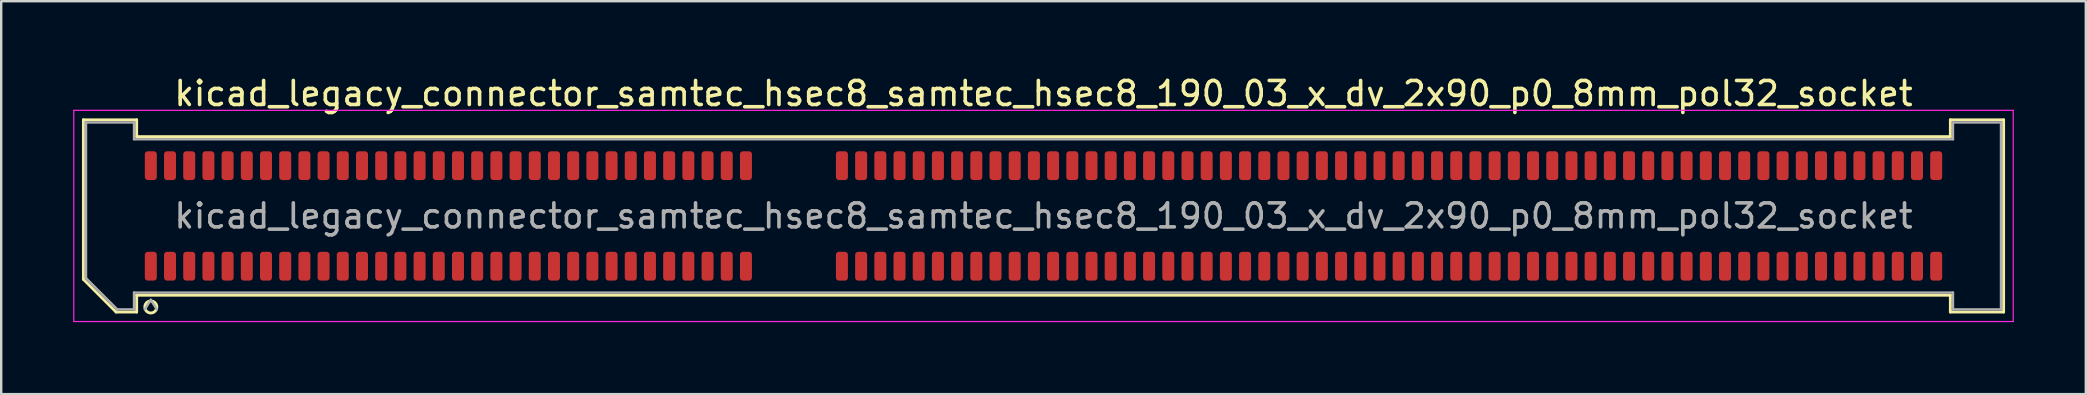
<source format=kicad_pcb>
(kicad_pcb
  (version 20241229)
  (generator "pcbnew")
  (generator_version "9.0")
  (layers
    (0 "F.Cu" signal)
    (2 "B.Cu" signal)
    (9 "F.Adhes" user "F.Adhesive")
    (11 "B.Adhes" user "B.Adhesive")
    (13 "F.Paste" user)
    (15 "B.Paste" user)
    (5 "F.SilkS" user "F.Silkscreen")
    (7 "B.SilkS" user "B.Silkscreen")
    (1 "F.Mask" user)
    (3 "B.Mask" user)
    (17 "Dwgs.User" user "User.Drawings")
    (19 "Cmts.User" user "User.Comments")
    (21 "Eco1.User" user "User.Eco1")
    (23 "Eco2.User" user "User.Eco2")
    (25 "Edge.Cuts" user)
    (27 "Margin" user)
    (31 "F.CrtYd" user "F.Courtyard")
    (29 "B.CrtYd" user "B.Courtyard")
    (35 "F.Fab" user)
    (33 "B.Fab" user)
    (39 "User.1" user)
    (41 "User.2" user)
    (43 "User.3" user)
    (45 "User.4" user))
  (footprint "kicad_legacy_connector_samtec_hsec8_samtec_hsec8_190_03_x_dv_2x90_p0_8mm_pol32_socket"
    (layer "F.Cu")
    (at 40.435 5.948)
    (property "Reference" "kicad_legacy_connector_samtec_hsec8_samtec_hsec8_190_03_x_dv_2x90_p0_8mm_pol32_socket" (at 0 -5.1 0) (layer "F.SilkS") (effects (font (size 1 1) (thickness 0.15))))
    (attr smd)
    (fp_line (start -40.01 -4.005) (end -37.79 -4.005) (stroke (width 0.12) (type solid)) (layer "F.SilkS"))
    (fp_line (start -40.01 2.641) (end -40.01 -4.005) (stroke (width 0.12) (type solid)) (layer "F.SilkS"))
    (fp_line (start -38.646 4.005) (end -40.01 2.641) (stroke (width 0.12) (type solid)) (layer "F.SilkS"))
    (fp_line (start -37.79 -4.005) (end -37.79 -3.305) (stroke (width 0.12) (type solid)) (layer "F.SilkS"))
    (fp_line (start -37.79 -3.305) (end 37.79 -3.305) (stroke (width 0.12) (type solid)) (layer "F.SilkS"))
    (fp_line (start -37.79 3.305) (end -37.79 4.005) (stroke (width 0.12) (type solid)) (layer "F.SilkS"))
    (fp_line (start -37.79 4.005) (end -38.646 4.005) (stroke (width 0.12) (type solid)) (layer "F.SilkS"))
    (fp_line (start 37.79 -4.005) (end 40.01 -4.005) (stroke (width 0.12) (type solid)) (layer "F.SilkS"))
    (fp_line (start 37.79 -3.305) (end 37.79 -4.005) (stroke (width 0.12) (type solid)) (layer "F.SilkS"))
    (fp_line (start 37.79 3.305) (end -37.79 3.305) (stroke (width 0.12) (type solid)) (layer "F.SilkS"))
    (fp_line (start 37.79 4.005) (end 37.79 3.305) (stroke (width 0.12) (type solid)) (layer "F.SilkS"))
    (fp_line (start 40.01 -4.005) (end 40.01 4.005) (stroke (width 0.12) (type solid)) (layer "F.SilkS"))
    (fp_line (start 40.01 4.005) (end 37.79 4.005) (stroke (width 0.12) (type solid)) (layer "F.SilkS"))
    (fp_arc (start -36.95 3.795) (mid -37.45 3.795) (end -36.95 3.795) (stroke (width 0.12) (type solid)) (layer "F.SilkS"))
    (fp_line (start -40.41 -4.4) (end -40.41 4.4) (stroke (width 0.05) (type solid)) (layer "F.CrtYd"))
    (fp_line (start -40.41 4.4) (end 40.41 4.4) (stroke (width 0.05) (type solid)) (layer "F.CrtYd"))
    (fp_line (start 40.41 -4.4) (end -40.41 -4.4) (stroke (width 0.05) (type solid)) (layer "F.CrtYd"))
    (fp_line (start 40.41 4.4) (end 40.41 -4.4) (stroke (width 0.05) (type solid)) (layer "F.CrtYd"))
    (fp_line (start -39.9 -3.895) (end -37.9 -3.895) (stroke (width 0.1) (type solid)) (layer "F.Fab"))
    (fp_line (start -39.9 2.595) (end -39.9 -3.895) (stroke (width 0.1) (type solid)) (layer "F.Fab"))
    (fp_line (start -38.6 3.895) (end -39.9 2.595) (stroke (width 0.1) (type solid)) (layer "F.Fab"))
    (fp_line (start -37.9 -3.895) (end -37.9 -3.195) (stroke (width 0.1) (type solid)) (layer "F.Fab"))
    (fp_line (start -37.9 -3.195) (end 37.9 -3.195) (stroke (width 0.1) (type solid)) (layer "F.Fab"))
    (fp_line (start -37.9 3.195) (end -37.9 3.895) (stroke (width 0.1) (type solid)) (layer "F.Fab"))
    (fp_line (start -37.9 3.895) (end -38.6 3.895) (stroke (width 0.1) (type solid)) (layer "F.Fab"))
    (fp_line (start -37.2 3.495) (end -37.45 3.895) (stroke (width 0.1) (type solid)) (layer "F.Fab"))
    (fp_line (start -37.2 3.495) (end -36.95 3.895) (stroke (width 0.1) (type solid)) (layer "F.Fab"))
    (fp_line (start 37.9 -3.895) (end 39.9 -3.895) (stroke (width 0.1) (type solid)) (layer "F.Fab"))
    (fp_line (start 37.9 -3.195) (end 37.9 -3.895) (stroke (width 0.1) (type solid)) (layer "F.Fab"))
    (fp_line (start 37.9 3.195) (end -37.9 3.195) (stroke (width 0.1) (type solid)) (layer "F.Fab"))
    (fp_line (start 37.9 3.895) (end 37.9 3.195) (stroke (width 0.1) (type solid)) (layer "F.Fab"))
    (fp_line (start 39.9 -3.895) (end 39.9 3.895) (stroke (width 0.1) (type solid)) (layer "F.Fab"))
    (fp_line (start 39.9 3.895) (end 37.9 3.895) (stroke (width 0.1) (type solid)) (layer "F.Fab"))
    (fp_text user "${REFERENCE}" (at 0 0 0) (layer "F.Fab") (effects (font (size 1 1) (thickness 0.15))))
    (pad "1" smd roundrect (at -37.2 2.095) (size 0.5 1.2) (layers "F.Cu" "F.Mask" "F.Paste") (roundrect_rratio 0.25))
    (pad "2" smd roundrect (at -37.2 -2.095) (size 0.5 1.2) (layers "F.Cu" "F.Mask" "F.Paste") (roundrect_rratio 0.25))
    (pad "3" smd roundrect (at -36.4 2.095) (size 0.5 1.2) (layers "F.Cu" "F.Mask" "F.Paste") (roundrect_rratio 0.25))
    (pad "4" smd roundrect (at -36.4 -2.095) (size 0.5 1.2) (layers "F.Cu" "F.Mask" "F.Paste") (roundrect_rratio 0.25))
    (pad "5" smd roundrect (at -35.6 2.095) (size 0.5 1.2) (layers "F.Cu" "F.Mask" "F.Paste") (roundrect_rratio 0.25))
    (pad "6" smd roundrect (at -35.6 -2.095) (size 0.5 1.2) (layers "F.Cu" "F.Mask" "F.Paste") (roundrect_rratio 0.25))
    (pad "7" smd roundrect (at -34.8 2.095) (size 0.5 1.2) (layers "F.Cu" "F.Mask" "F.Paste") (roundrect_rratio 0.25))
    (pad "8" smd roundrect (at -34.8 -2.095) (size 0.5 1.2) (layers "F.Cu" "F.Mask" "F.Paste") (roundrect_rratio 0.25))
    (pad "9" smd roundrect (at -34 2.095) (size 0.5 1.2) (layers "F.Cu" "F.Mask" "F.Paste") (roundrect_rratio 0.25))
    (pad "10" smd roundrect (at -34 -2.095) (size 0.5 1.2) (layers "F.Cu" "F.Mask" "F.Paste") (roundrect_rratio 0.25))
    (pad "11" smd roundrect (at -33.2 2.095) (size 0.5 1.2) (layers "F.Cu" "F.Mask" "F.Paste") (roundrect_rratio 0.25))
    (pad "12" smd roundrect (at -33.2 -2.095) (size 0.5 1.2) (layers "F.Cu" "F.Mask" "F.Paste") (roundrect_rratio 0.25))
    (pad "13" smd roundrect (at -32.4 2.095) (size 0.5 1.2) (layers "F.Cu" "F.Mask" "F.Paste") (roundrect_rratio 0.25))
    (pad "14" smd roundrect (at -32.4 -2.095) (size 0.5 1.2) (layers "F.Cu" "F.Mask" "F.Paste") (roundrect_rratio 0.25))
    (pad "15" smd roundrect (at -31.6 2.095) (size 0.5 1.2) (layers "F.Cu" "F.Mask" "F.Paste") (roundrect_rratio 0.25))
    (pad "16" smd roundrect (at -31.6 -2.095) (size 0.5 1.2) (layers "F.Cu" "F.Mask" "F.Paste") (roundrect_rratio 0.25))
    (pad "17" smd roundrect (at -30.8 2.095) (size 0.5 1.2) (layers "F.Cu" "F.Mask" "F.Paste") (roundrect_rratio 0.25))
    (pad "18" smd roundrect (at -30.8 -2.095) (size 0.5 1.2) (layers "F.Cu" "F.Mask" "F.Paste") (roundrect_rratio 0.25))
    (pad "19" smd roundrect (at -30 2.095) (size 0.5 1.2) (layers "F.Cu" "F.Mask" "F.Paste") (roundrect_rratio 0.25))
    (pad "20" smd roundrect (at -30 -2.095) (size 0.5 1.2) (layers "F.Cu" "F.Mask" "F.Paste") (roundrect_rratio 0.25))
    (pad "21" smd roundrect (at -29.2 2.095) (size 0.5 1.2) (layers "F.Cu" "F.Mask" "F.Paste") (roundrect_rratio 0.25))
    (pad "22" smd roundrect (at -29.2 -2.095) (size 0.5 1.2) (layers "F.Cu" "F.Mask" "F.Paste") (roundrect_rratio 0.25))
    (pad "23" smd roundrect (at -28.4 2.095) (size 0.5 1.2) (layers "F.Cu" "F.Mask" "F.Paste") (roundrect_rratio 0.25))
    (pad "24" smd roundrect (at -28.4 -2.095) (size 0.5 1.2) (layers "F.Cu" "F.Mask" "F.Paste") (roundrect_rratio 0.25))
    (pad "25" smd roundrect (at -27.6 2.095) (size 0.5 1.2) (layers "F.Cu" "F.Mask" "F.Paste") (roundrect_rratio 0.25))
    (pad "26" smd roundrect (at -27.6 -2.095) (size 0.5 1.2) (layers "F.Cu" "F.Mask" "F.Paste") (roundrect_rratio 0.25))
    (pad "27" smd roundrect (at -26.8 2.095) (size 0.5 1.2) (layers "F.Cu" "F.Mask" "F.Paste") (roundrect_rratio 0.25))
    (pad "28" smd roundrect (at -26.8 -2.095) (size 0.5 1.2) (layers "F.Cu" "F.Mask" "F.Paste") (roundrect_rratio 0.25))
    (pad "29" smd roundrect (at -26 2.095) (size 0.5 1.2) (layers "F.Cu" "F.Mask" "F.Paste") (roundrect_rratio 0.25))
    (pad "30" smd roundrect (at -26 -2.095) (size 0.5 1.2) (layers "F.Cu" "F.Mask" "F.Paste") (roundrect_rratio 0.25))
    (pad "31" smd roundrect (at -25.2 2.095) (size 0.5 1.2) (layers "F.Cu" "F.Mask" "F.Paste") (roundrect_rratio 0.25))
    (pad "32" smd roundrect (at -25.2 -2.095) (size 0.5 1.2) (layers "F.Cu" "F.Mask" "F.Paste") (roundrect_rratio 0.25))
    (pad "33" smd roundrect (at -24.4 2.095) (size 0.5 1.2) (layers "F.Cu" "F.Mask" "F.Paste") (roundrect_rratio 0.25))
    (pad "34" smd roundrect (at -24.4 -2.095) (size 0.5 1.2) (layers "F.Cu" "F.Mask" "F.Paste") (roundrect_rratio 0.25))
    (pad "35" smd roundrect (at -23.6 2.095) (size 0.5 1.2) (layers "F.Cu" "F.Mask" "F.Paste") (roundrect_rratio 0.25))
    (pad "36" smd roundrect (at -23.6 -2.095) (size 0.5 1.2) (layers "F.Cu" "F.Mask" "F.Paste") (roundrect_rratio 0.25))
    (pad "37" smd roundrect (at -22.8 2.095) (size 0.5 1.2) (layers "F.Cu" "F.Mask" "F.Paste") (roundrect_rratio 0.25))
    (pad "38" smd roundrect (at -22.8 -2.095) (size 0.5 1.2) (layers "F.Cu" "F.Mask" "F.Paste") (roundrect_rratio 0.25))
    (pad "39" smd roundrect (at -22 2.095) (size 0.5 1.2) (layers "F.Cu" "F.Mask" "F.Paste") (roundrect_rratio 0.25))
    (pad "40" smd roundrect (at -22 -2.095) (size 0.5 1.2) (layers "F.Cu" "F.Mask" "F.Paste") (roundrect_rratio 0.25))
    (pad "41" smd roundrect (at -21.2 2.095) (size 0.5 1.2) (layers "F.Cu" "F.Mask" "F.Paste") (roundrect_rratio 0.25))
    (pad "42" smd roundrect (at -21.2 -2.095) (size 0.5 1.2) (layers "F.Cu" "F.Mask" "F.Paste") (roundrect_rratio 0.25))
    (pad "43" smd roundrect (at -20.4 2.095) (size 0.5 1.2) (layers "F.Cu" "F.Mask" "F.Paste") (roundrect_rratio 0.25))
    (pad "44" smd roundrect (at -20.4 -2.095) (size 0.5 1.2) (layers "F.Cu" "F.Mask" "F.Paste") (roundrect_rratio 0.25))
    (pad "45" smd roundrect (at -19.6 2.095) (size 0.5 1.2) (layers "F.Cu" "F.Mask" "F.Paste") (roundrect_rratio 0.25))
    (pad "46" smd roundrect (at -19.6 -2.095) (size 0.5 1.2) (layers "F.Cu" "F.Mask" "F.Paste") (roundrect_rratio 0.25))
    (pad "47" smd roundrect (at -18.8 2.095) (size 0.5 1.2) (layers "F.Cu" "F.Mask" "F.Paste") (roundrect_rratio 0.25))
    (pad "48" smd roundrect (at -18.8 -2.095) (size 0.5 1.2) (layers "F.Cu" "F.Mask" "F.Paste") (roundrect_rratio 0.25))
    (pad "49" smd roundrect (at -18 2.095) (size 0.5 1.2) (layers "F.Cu" "F.Mask" "F.Paste") (roundrect_rratio 0.25))
    (pad "50" smd roundrect (at -18 -2.095) (size 0.5 1.2) (layers "F.Cu" "F.Mask" "F.Paste") (roundrect_rratio 0.25))
    (pad "51" smd roundrect (at -17.2 2.095) (size 0.5 1.2) (layers "F.Cu" "F.Mask" "F.Paste") (roundrect_rratio 0.25))
    (pad "52" smd roundrect (at -17.2 -2.095) (size 0.5 1.2) (layers "F.Cu" "F.Mask" "F.Paste") (roundrect_rratio 0.25))
    (pad "53" smd roundrect (at -16.4 2.095) (size 0.5 1.2) (layers "F.Cu" "F.Mask" "F.Paste") (roundrect_rratio 0.25))
    (pad "54" smd roundrect (at -16.4 -2.095) (size 0.5 1.2) (layers "F.Cu" "F.Mask" "F.Paste") (roundrect_rratio 0.25))
    (pad "55" smd roundrect (at -15.6 2.095) (size 0.5 1.2) (layers "F.Cu" "F.Mask" "F.Paste") (roundrect_rratio 0.25))
    (pad "56" smd roundrect (at -15.6 -2.095) (size 0.5 1.2) (layers "F.Cu" "F.Mask" "F.Paste") (roundrect_rratio 0.25))
    (pad "57" smd roundrect (at -14.8 2.095) (size 0.5 1.2) (layers "F.Cu" "F.Mask" "F.Paste") (roundrect_rratio 0.25))
    (pad "58" smd roundrect (at -14.8 -2.095) (size 0.5 1.2) (layers "F.Cu" "F.Mask" "F.Paste") (roundrect_rratio 0.25))
    (pad "59" smd roundrect (at -14 2.095) (size 0.5 1.2) (layers "F.Cu" "F.Mask" "F.Paste") (roundrect_rratio 0.25))
    (pad "60" smd roundrect (at -14 -2.095) (size 0.5 1.2) (layers "F.Cu" "F.Mask" "F.Paste") (roundrect_rratio 0.25))
    (pad "61" smd roundrect (at -13.2 2.095) (size 0.5 1.2) (layers "F.Cu" "F.Mask" "F.Paste") (roundrect_rratio 0.25))
    (pad "62" smd roundrect (at -13.2 -2.095) (size 0.5 1.2) (layers "F.Cu" "F.Mask" "F.Paste") (roundrect_rratio 0.25))
    (pad "63" smd roundrect (at -12.4 2.095) (size 0.5 1.2) (layers "F.Cu" "F.Mask" "F.Paste") (roundrect_rratio 0.25))
    (pad "64" smd roundrect (at -12.4 -2.095) (size 0.5 1.2) (layers "F.Cu" "F.Mask" "F.Paste") (roundrect_rratio 0.25))
    (pad "65" smd roundrect (at -8.4 2.095) (size 0.5 1.2) (layers "F.Cu" "F.Mask" "F.Paste") (roundrect_rratio 0.25))
    (pad "66" smd roundrect (at -8.4 -2.095) (size 0.5 1.2) (layers "F.Cu" "F.Mask" "F.Paste") (roundrect_rratio 0.25))
    (pad "67" smd roundrect (at -7.6 2.095) (size 0.5 1.2) (layers "F.Cu" "F.Mask" "F.Paste") (roundrect_rratio 0.25))
    (pad "68" smd roundrect (at -7.6 -2.095) (size 0.5 1.2) (layers "F.Cu" "F.Mask" "F.Paste") (roundrect_rratio 0.25))
    (pad "69" smd roundrect (at -6.8 2.095) (size 0.5 1.2) (layers "F.Cu" "F.Mask" "F.Paste") (roundrect_rratio 0.25))
    (pad "70" smd roundrect (at -6.8 -2.095) (size 0.5 1.2) (layers "F.Cu" "F.Mask" "F.Paste") (roundrect_rratio 0.25))
    (pad "71" smd roundrect (at -6 2.095) (size 0.5 1.2) (layers "F.Cu" "F.Mask" "F.Paste") (roundrect_rratio 0.25))
    (pad "72" smd roundrect (at -6 -2.095) (size 0.5 1.2) (layers "F.Cu" "F.Mask" "F.Paste") (roundrect_rratio 0.25))
    (pad "73" smd roundrect (at -5.2 2.095) (size 0.5 1.2) (layers "F.Cu" "F.Mask" "F.Paste") (roundrect_rratio 0.25))
    (pad "74" smd roundrect (at -5.2 -2.095) (size 0.5 1.2) (layers "F.Cu" "F.Mask" "F.Paste") (roundrect_rratio 0.25))
    (pad "75" smd roundrect (at -4.4 2.095) (size 0.5 1.2) (layers "F.Cu" "F.Mask" "F.Paste") (roundrect_rratio 0.25))
    (pad "76" smd roundrect (at -4.4 -2.095) (size 0.5 1.2) (layers "F.Cu" "F.Mask" "F.Paste") (roundrect_rratio 0.25))
    (pad "77" smd roundrect (at -3.6 2.095) (size 0.5 1.2) (layers "F.Cu" "F.Mask" "F.Paste") (roundrect_rratio 0.25))
    (pad "78" smd roundrect (at -3.6 -2.095) (size 0.5 1.2) (layers "F.Cu" "F.Mask" "F.Paste") (roundrect_rratio 0.25))
    (pad "79" smd roundrect (at -2.8 2.095) (size 0.5 1.2) (layers "F.Cu" "F.Mask" "F.Paste") (roundrect_rratio 0.25))
    (pad "80" smd roundrect (at -2.8 -2.095) (size 0.5 1.2) (layers "F.Cu" "F.Mask" "F.Paste") (roundrect_rratio 0.25))
    (pad "81" smd roundrect (at -2 2.095) (size 0.5 1.2) (layers "F.Cu" "F.Mask" "F.Paste") (roundrect_rratio 0.25))
    (pad "82" smd roundrect (at -2 -2.095) (size 0.5 1.2) (layers "F.Cu" "F.Mask" "F.Paste") (roundrect_rratio 0.25))
    (pad "83" smd roundrect (at -1.2 2.095) (size 0.5 1.2) (layers "F.Cu" "F.Mask" "F.Paste") (roundrect_rratio 0.25))
    (pad "84" smd roundrect (at -1.2 -2.095) (size 0.5 1.2) (layers "F.Cu" "F.Mask" "F.Paste") (roundrect_rratio 0.25))
    (pad "85" smd roundrect (at -0.4 2.095) (size 0.5 1.2) (layers "F.Cu" "F.Mask" "F.Paste") (roundrect_rratio 0.25))
    (pad "86" smd roundrect (at -0.4 -2.095) (size 0.5 1.2) (layers "F.Cu" "F.Mask" "F.Paste") (roundrect_rratio 0.25))
    (pad "87" smd roundrect (at 0.4 2.095) (size 0.5 1.2) (layers "F.Cu" "F.Mask" "F.Paste") (roundrect_rratio 0.25))
    (pad "88" smd roundrect (at 0.4 -2.095) (size 0.5 1.2) (layers "F.Cu" "F.Mask" "F.Paste") (roundrect_rratio 0.25))
    (pad "89" smd roundrect (at 1.2 2.095) (size 0.5 1.2) (layers "F.Cu" "F.Mask" "F.Paste") (roundrect_rratio 0.25))
    (pad "90" smd roundrect (at 1.2 -2.095) (size 0.5 1.2) (layers "F.Cu" "F.Mask" "F.Paste") (roundrect_rratio 0.25))
    (pad "91" smd roundrect (at 2 2.095) (size 0.5 1.2) (layers "F.Cu" "F.Mask" "F.Paste") (roundrect_rratio 0.25))
    (pad "92" smd roundrect (at 2 -2.095) (size 0.5 1.2) (layers "F.Cu" "F.Mask" "F.Paste") (roundrect_rratio 0.25))
    (pad "93" smd roundrect (at 2.8 2.095) (size 0.5 1.2) (layers "F.Cu" "F.Mask" "F.Paste") (roundrect_rratio 0.25))
    (pad "94" smd roundrect (at 2.8 -2.095) (size 0.5 1.2) (layers "F.Cu" "F.Mask" "F.Paste") (roundrect_rratio 0.25))
    (pad "95" smd roundrect (at 3.6 2.095) (size 0.5 1.2) (layers "F.Cu" "F.Mask" "F.Paste") (roundrect_rratio 0.25))
    (pad "96" smd roundrect (at 3.6 -2.095) (size 0.5 1.2) (layers "F.Cu" "F.Mask" "F.Paste") (roundrect_rratio 0.25))
    (pad "97" smd roundrect (at 4.4 2.095) (size 0.5 1.2) (layers "F.Cu" "F.Mask" "F.Paste") (roundrect_rratio 0.25))
    (pad "98" smd roundrect (at 4.4 -2.095) (size 0.5 1.2) (layers "F.Cu" "F.Mask" "F.Paste") (roundrect_rratio 0.25))
    (pad "99" smd roundrect (at 5.2 2.095) (size 0.5 1.2) (layers "F.Cu" "F.Mask" "F.Paste") (roundrect_rratio 0.25))
    (pad "100" smd roundrect (at 5.2 -2.095) (size 0.5 1.2) (layers "F.Cu" "F.Mask" "F.Paste") (roundrect_rratio 0.25))
    (pad "101" smd roundrect (at 6 2.095) (size 0.5 1.2) (layers "F.Cu" "F.Mask" "F.Paste") (roundrect_rratio 0.25))
    (pad "102" smd roundrect (at 6 -2.095) (size 0.5 1.2) (layers "F.Cu" "F.Mask" "F.Paste") (roundrect_rratio 0.25))
    (pad "103" smd roundrect (at 6.8 2.095) (size 0.5 1.2) (layers "F.Cu" "F.Mask" "F.Paste") (roundrect_rratio 0.25))
    (pad "104" smd roundrect (at 6.8 -2.095) (size 0.5 1.2) (layers "F.Cu" "F.Mask" "F.Paste") (roundrect_rratio 0.25))
    (pad "105" smd roundrect (at 7.6 2.095) (size 0.5 1.2) (layers "F.Cu" "F.Mask" "F.Paste") (roundrect_rratio 0.25))
    (pad "106" smd roundrect (at 7.6 -2.095) (size 0.5 1.2) (layers "F.Cu" "F.Mask" "F.Paste") (roundrect_rratio 0.25))
    (pad "107" smd roundrect (at 8.4 2.095) (size 0.5 1.2) (layers "F.Cu" "F.Mask" "F.Paste") (roundrect_rratio 0.25))
    (pad "108" smd roundrect (at 8.4 -2.095) (size 0.5 1.2) (layers "F.Cu" "F.Mask" "F.Paste") (roundrect_rratio 0.25))
    (pad "109" smd roundrect (at 9.2 2.095) (size 0.5 1.2) (layers "F.Cu" "F.Mask" "F.Paste") (roundrect_rratio 0.25))
    (pad "110" smd roundrect (at 9.2 -2.095) (size 0.5 1.2) (layers "F.Cu" "F.Mask" "F.Paste") (roundrect_rratio 0.25))
    (pad "111" smd roundrect (at 10 2.095) (size 0.5 1.2) (layers "F.Cu" "F.Mask" "F.Paste") (roundrect_rratio 0.25))
    (pad "112" smd roundrect (at 10 -2.095) (size 0.5 1.2) (layers "F.Cu" "F.Mask" "F.Paste") (roundrect_rratio 0.25))
    (pad "113" smd roundrect (at 10.8 2.095) (size 0.5 1.2) (layers "F.Cu" "F.Mask" "F.Paste") (roundrect_rratio 0.25))
    (pad "114" smd roundrect (at 10.8 -2.095) (size 0.5 1.2) (layers "F.Cu" "F.Mask" "F.Paste") (roundrect_rratio 0.25))
    (pad "115" smd roundrect (at 11.6 2.095) (size 0.5 1.2) (layers "F.Cu" "F.Mask" "F.Paste") (roundrect_rratio 0.25))
    (pad "116" smd roundrect (at 11.6 -2.095) (size 0.5 1.2) (layers "F.Cu" "F.Mask" "F.Paste") (roundrect_rratio 0.25))
    (pad "117" smd roundrect (at 12.4 2.095) (size 0.5 1.2) (layers "F.Cu" "F.Mask" "F.Paste") (roundrect_rratio 0.25))
    (pad "118" smd roundrect (at 12.4 -2.095) (size 0.5 1.2) (layers "F.Cu" "F.Mask" "F.Paste") (roundrect_rratio 0.25))
    (pad "119" smd roundrect (at 13.2 2.095) (size 0.5 1.2) (layers "F.Cu" "F.Mask" "F.Paste") (roundrect_rratio 0.25))
    (pad "120" smd roundrect (at 13.2 -2.095) (size 0.5 1.2) (layers "F.Cu" "F.Mask" "F.Paste") (roundrect_rratio 0.25))
    (pad "121" smd roundrect (at 14 2.095) (size 0.5 1.2) (layers "F.Cu" "F.Mask" "F.Paste") (roundrect_rratio 0.25))
    (pad "122" smd roundrect (at 14 -2.095) (size 0.5 1.2) (layers "F.Cu" "F.Mask" "F.Paste") (roundrect_rratio 0.25))
    (pad "123" smd roundrect (at 14.8 2.095) (size 0.5 1.2) (layers "F.Cu" "F.Mask" "F.Paste") (roundrect_rratio 0.25))
    (pad "124" smd roundrect (at 14.8 -2.095) (size 0.5 1.2) (layers "F.Cu" "F.Mask" "F.Paste") (roundrect_rratio 0.25))
    (pad "125" smd roundrect (at 15.6 2.095) (size 0.5 1.2) (layers "F.Cu" "F.Mask" "F.Paste") (roundrect_rratio 0.25))
    (pad "126" smd roundrect (at 15.6 -2.095) (size 0.5 1.2) (layers "F.Cu" "F.Mask" "F.Paste") (roundrect_rratio 0.25))
    (pad "127" smd roundrect (at 16.4 2.095) (size 0.5 1.2) (layers "F.Cu" "F.Mask" "F.Paste") (roundrect_rratio 0.25))
    (pad "128" smd roundrect (at 16.4 -2.095) (size 0.5 1.2) (layers "F.Cu" "F.Mask" "F.Paste") (roundrect_rratio 0.25))
    (pad "129" smd roundrect (at 17.2 2.095) (size 0.5 1.2) (layers "F.Cu" "F.Mask" "F.Paste") (roundrect_rratio 0.25))
    (pad "130" smd roundrect (at 17.2 -2.095) (size 0.5 1.2) (layers "F.Cu" "F.Mask" "F.Paste") (roundrect_rratio 0.25))
    (pad "131" smd roundrect (at 18 2.095) (size 0.5 1.2) (layers "F.Cu" "F.Mask" "F.Paste") (roundrect_rratio 0.25))
    (pad "132" smd roundrect (at 18 -2.095) (size 0.5 1.2) (layers "F.Cu" "F.Mask" "F.Paste") (roundrect_rratio 0.25))
    (pad "133" smd roundrect (at 18.8 2.095) (size 0.5 1.2) (layers "F.Cu" "F.Mask" "F.Paste") (roundrect_rratio 0.25))
    (pad "134" smd roundrect (at 18.8 -2.095) (size 0.5 1.2) (layers "F.Cu" "F.Mask" "F.Paste") (roundrect_rratio 0.25))
    (pad "135" smd roundrect (at 19.6 2.095) (size 0.5 1.2) (layers "F.Cu" "F.Mask" "F.Paste") (roundrect_rratio 0.25))
    (pad "136" smd roundrect (at 19.6 -2.095) (size 0.5 1.2) (layers "F.Cu" "F.Mask" "F.Paste") (roundrect_rratio 0.25))
    (pad "137" smd roundrect (at 20.4 2.095) (size 0.5 1.2) (layers "F.Cu" "F.Mask" "F.Paste") (roundrect_rratio 0.25))
    (pad "138" smd roundrect (at 20.4 -2.095) (size 0.5 1.2) (layers "F.Cu" "F.Mask" "F.Paste") (roundrect_rratio 0.25))
    (pad "139" smd roundrect (at 21.2 2.095) (size 0.5 1.2) (layers "F.Cu" "F.Mask" "F.Paste") (roundrect_rratio 0.25))
    (pad "140" smd roundrect (at 21.2 -2.095) (size 0.5 1.2) (layers "F.Cu" "F.Mask" "F.Paste") (roundrect_rratio 0.25))
    (pad "141" smd roundrect (at 22 2.095) (size 0.5 1.2) (layers "F.Cu" "F.Mask" "F.Paste") (roundrect_rratio 0.25))
    (pad "142" smd roundrect (at 22 -2.095) (size 0.5 1.2) (layers "F.Cu" "F.Mask" "F.Paste") (roundrect_rratio 0.25))
    (pad "143" smd roundrect (at 22.8 2.095) (size 0.5 1.2) (layers "F.Cu" "F.Mask" "F.Paste") (roundrect_rratio 0.25))
    (pad "144" smd roundrect (at 22.8 -2.095) (size 0.5 1.2) (layers "F.Cu" "F.Mask" "F.Paste") (roundrect_rratio 0.25))
    (pad "145" smd roundrect (at 23.6 2.095) (size 0.5 1.2) (layers "F.Cu" "F.Mask" "F.Paste") (roundrect_rratio 0.25))
    (pad "146" smd roundrect (at 23.6 -2.095) (size 0.5 1.2) (layers "F.Cu" "F.Mask" "F.Paste") (roundrect_rratio 0.25))
    (pad "147" smd roundrect (at 24.4 2.095) (size 0.5 1.2) (layers "F.Cu" "F.Mask" "F.Paste") (roundrect_rratio 0.25))
    (pad "148" smd roundrect (at 24.4 -2.095) (size 0.5 1.2) (layers "F.Cu" "F.Mask" "F.Paste") (roundrect_rratio 0.25))
    (pad "149" smd roundrect (at 25.2 2.095) (size 0.5 1.2) (layers "F.Cu" "F.Mask" "F.Paste") (roundrect_rratio 0.25))
    (pad "150" smd roundrect (at 25.2 -2.095) (size 0.5 1.2) (layers "F.Cu" "F.Mask" "F.Paste") (roundrect_rratio 0.25))
    (pad "151" smd roundrect (at 26 2.095) (size 0.5 1.2) (layers "F.Cu" "F.Mask" "F.Paste") (roundrect_rratio 0.25))
    (pad "152" smd roundrect (at 26 -2.095) (size 0.5 1.2) (layers "F.Cu" "F.Mask" "F.Paste") (roundrect_rratio 0.25))
    (pad "153" smd roundrect (at 26.8 2.095) (size 0.5 1.2) (layers "F.Cu" "F.Mask" "F.Paste") (roundrect_rratio 0.25))
    (pad "154" smd roundrect (at 26.8 -2.095) (size 0.5 1.2) (layers "F.Cu" "F.Mask" "F.Paste") (roundrect_rratio 0.25))
    (pad "155" smd roundrect (at 27.6 2.095) (size 0.5 1.2) (layers "F.Cu" "F.Mask" "F.Paste") (roundrect_rratio 0.25))
    (pad "156" smd roundrect (at 27.6 -2.095) (size 0.5 1.2) (layers "F.Cu" "F.Mask" "F.Paste") (roundrect_rratio 0.25))
    (pad "157" smd roundrect (at 28.4 2.095) (size 0.5 1.2) (layers "F.Cu" "F.Mask" "F.Paste") (roundrect_rratio 0.25))
    (pad "158" smd roundrect (at 28.4 -2.095) (size 0.5 1.2) (layers "F.Cu" "F.Mask" "F.Paste") (roundrect_rratio 0.25))
    (pad "159" smd roundrect (at 29.2 2.095) (size 0.5 1.2) (layers "F.Cu" "F.Mask" "F.Paste") (roundrect_rratio 0.25))
    (pad "160" smd roundrect (at 29.2 -2.095) (size 0.5 1.2) (layers "F.Cu" "F.Mask" "F.Paste") (roundrect_rratio 0.25))
    (pad "161" smd roundrect (at 30 2.095) (size 0.5 1.2) (layers "F.Cu" "F.Mask" "F.Paste") (roundrect_rratio 0.25))
    (pad "162" smd roundrect (at 30 -2.095) (size 0.5 1.2) (layers "F.Cu" "F.Mask" "F.Paste") (roundrect_rratio 0.25))
    (pad "163" smd roundrect (at 30.8 2.095) (size 0.5 1.2) (layers "F.Cu" "F.Mask" "F.Paste") (roundrect_rratio 0.25))
    (pad "164" smd roundrect (at 30.8 -2.095) (size 0.5 1.2) (layers "F.Cu" "F.Mask" "F.Paste") (roundrect_rratio 0.25))
    (pad "165" smd roundrect (at 31.6 2.095) (size 0.5 1.2) (layers "F.Cu" "F.Mask" "F.Paste") (roundrect_rratio 0.25))
    (pad "166" smd roundrect (at 31.6 -2.095) (size 0.5 1.2) (layers "F.Cu" "F.Mask" "F.Paste") (roundrect_rratio 0.25))
    (pad "167" smd roundrect (at 32.4 2.095) (size 0.5 1.2) (layers "F.Cu" "F.Mask" "F.Paste") (roundrect_rratio 0.25))
    (pad "168" smd roundrect (at 32.4 -2.095) (size 0.5 1.2) (layers "F.Cu" "F.Mask" "F.Paste") (roundrect_rratio 0.25))
    (pad "169" smd roundrect (at 33.2 2.095) (size 0.5 1.2) (layers "F.Cu" "F.Mask" "F.Paste") (roundrect_rratio 0.25))
    (pad "170" smd roundrect (at 33.2 -2.095) (size 0.5 1.2) (layers "F.Cu" "F.Mask" "F.Paste") (roundrect_rratio 0.25))
    (pad "171" smd roundrect (at 34 2.095) (size 0.5 1.2) (layers "F.Cu" "F.Mask" "F.Paste") (roundrect_rratio 0.25))
    (pad "172" smd roundrect (at 34 -2.095) (size 0.5 1.2) (layers "F.Cu" "F.Mask" "F.Paste") (roundrect_rratio 0.25))
    (pad "173" smd roundrect (at 34.8 2.095) (size 0.5 1.2) (layers "F.Cu" "F.Mask" "F.Paste") (roundrect_rratio 0.25))
    (pad "174" smd roundrect (at 34.8 -2.095) (size 0.5 1.2) (layers "F.Cu" "F.Mask" "F.Paste") (roundrect_rratio 0.25))
    (pad "175" smd roundrect (at 35.6 2.095) (size 0.5 1.2) (layers "F.Cu" "F.Mask" "F.Paste") (roundrect_rratio 0.25))
    (pad "176" smd roundrect (at 35.6 -2.095) (size 0.5 1.2) (layers "F.Cu" "F.Mask" "F.Paste") (roundrect_rratio 0.25))
    (pad "177" smd roundrect (at 36.4 2.095) (size 0.5 1.2) (layers "F.Cu" "F.Mask" "F.Paste") (roundrect_rratio 0.25))
    (pad "178" smd roundrect (at 36.4 -2.095) (size 0.5 1.2) (layers "F.Cu" "F.Mask" "F.Paste") (roundrect_rratio 0.25))
    (pad "179" smd roundrect (at 37.2 2.095) (size 0.5 1.2) (layers "F.Cu" "F.Mask" "F.Paste") (roundrect_rratio 0.25))
    (pad "180" smd roundrect (at 37.2 -2.095) (size 0.5 1.2) (layers "F.Cu" "F.Mask" "F.Paste") (roundrect_rratio 0.25)))
  (gr_rect
    (start -3 -3)
    (end 83.87 13.373)
    (stroke (width 0.1) (type default))
    (fill no)
    (layer "Edge.Cuts")))
</source>
